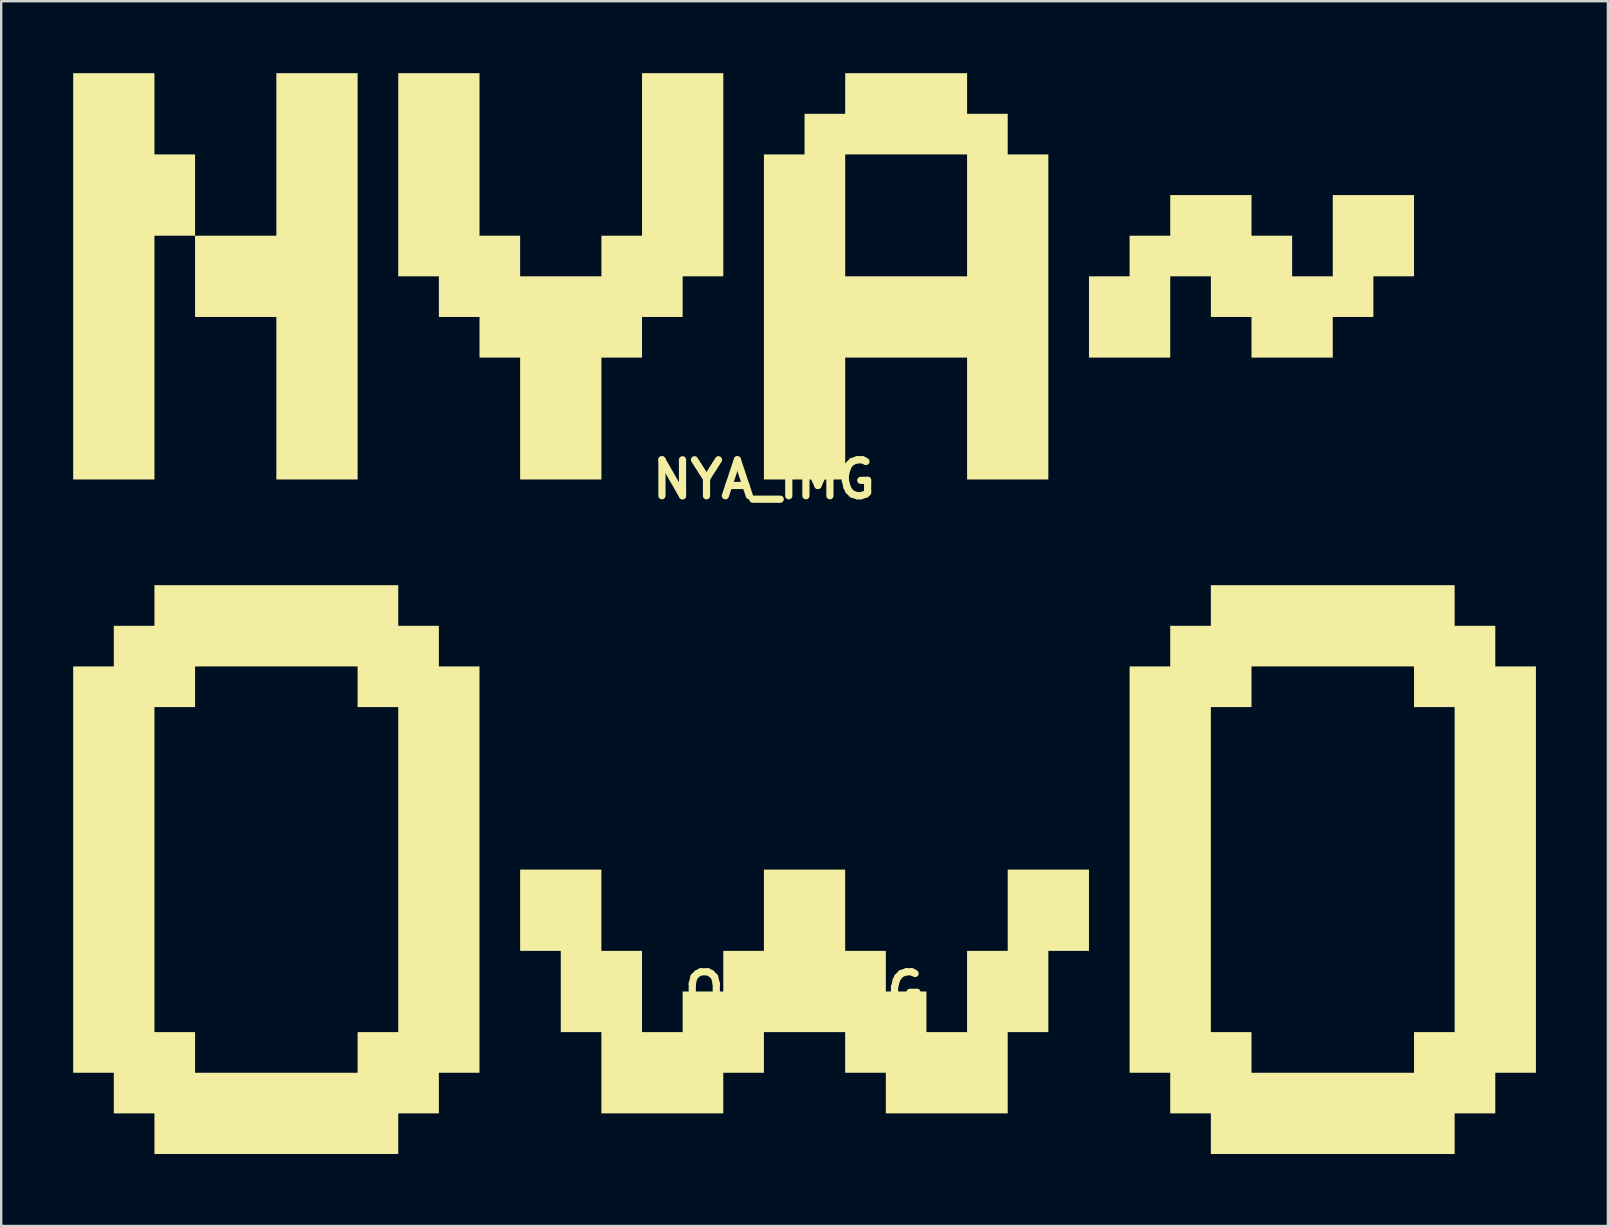
<source format=kicad_pcb>
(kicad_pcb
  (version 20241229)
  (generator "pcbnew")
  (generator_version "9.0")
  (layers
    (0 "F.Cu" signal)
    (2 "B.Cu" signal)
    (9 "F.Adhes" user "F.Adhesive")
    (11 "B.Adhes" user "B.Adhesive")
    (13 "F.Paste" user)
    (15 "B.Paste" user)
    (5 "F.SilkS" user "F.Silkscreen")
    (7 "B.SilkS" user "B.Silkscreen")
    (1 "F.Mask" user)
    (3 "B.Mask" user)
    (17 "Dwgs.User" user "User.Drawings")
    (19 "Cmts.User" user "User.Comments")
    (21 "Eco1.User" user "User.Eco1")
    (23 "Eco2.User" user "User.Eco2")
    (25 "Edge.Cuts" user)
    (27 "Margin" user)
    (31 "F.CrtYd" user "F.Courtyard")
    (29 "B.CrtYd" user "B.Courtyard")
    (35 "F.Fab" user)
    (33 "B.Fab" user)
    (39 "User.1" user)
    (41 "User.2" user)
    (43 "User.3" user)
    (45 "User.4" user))
  (footprint "OWO_IMG"
    (layer "F.Cu")
    (at 30.48 38.271)
    (property "Reference" "OWO_IMG" (at 0 0 0) (layer "F.SilkS") (effects (font (size 1.5 1.5) (thickness 0.3))))
    (attr board_only exclude_from_pos_files exclude_from_bom)
    (fp_poly (pts (xy -16.933 -16.087) (xy -16.933 -15.24) (xy -16.087 -15.24) (xy -15.24 -15.24) (xy -15.24 -14.393) (xy -15.24 -13.547) (xy -14.393 -13.547) (xy -13.547 -13.547) (xy -13.547 -5.08) (xy -13.547 3.387) (xy -14.393 3.387) (xy -15.24 3.387) (xy -15.24 4.233) (xy -15.24 5.08) (xy -16.087 5.08) (xy -16.933 5.08) (xy -16.933 5.927) (xy -16.933 6.773) (xy -22.013 6.773) (xy -27.093 6.773) (xy -27.093 5.927) (xy -27.093 5.08) (xy -27.94 5.08) (xy -28.787 5.08) (xy -28.787 4.233) (xy -28.787 3.387) (xy -29.633 3.387) (xy -30.48 3.387) (xy -30.48 -5.08) (xy -30.48 -11.853) (xy -27.093 -11.853) (xy -27.093 -5.08) (xy -27.093 1.693) (xy -26.247 1.693) (xy -25.4 1.693) (xy -25.4 2.54) (xy -25.4 3.387) (xy -22.013 3.387) (xy -18.627 3.387) (xy -18.627 2.54) (xy -18.627 1.693) (xy -17.78 1.693) (xy -16.933 1.693) (xy -16.933 -5.08) (xy -16.933 -11.853) (xy -17.78 -11.853) (xy -18.627 -11.853) (xy -18.627 -12.7) (xy -18.627 -13.547) (xy -22.013 -13.547) (xy -25.4 -13.547) (xy -25.4 -12.7) (xy -25.4 -11.853) (xy -26.247 -11.853) (xy -27.093 -11.853) (xy -30.48 -11.853) (xy -30.48 -13.547) (xy -29.633 -13.547) (xy -28.787 -13.547) (xy -28.787 -14.393) (xy -28.787 -15.24) (xy -27.94 -15.24) (xy -27.093 -15.24) (xy -27.093 -16.087) (xy -27.093 -16.933) (xy -22.013 -16.933) (xy -16.933 -16.933)) (stroke (width 0) (type solid)) (fill yes) (layer "F.SilkS"))
    (fp_poly (pts (xy 27.093 -16.087) (xy 27.093 -15.24) (xy 27.94 -15.24) (xy 28.787 -15.24) (xy 28.787 -14.393) (xy 28.787 -13.547) (xy 29.633 -13.547) (xy 30.48 -13.547) (xy 30.48 -5.08) (xy 30.48 3.387) (xy 29.633 3.387) (xy 28.787 3.387) (xy 28.787 4.233) (xy 28.787 5.08) (xy 27.94 5.08) (xy 27.093 5.08) (xy 27.093 5.927) (xy 27.093 6.773) (xy 22.013 6.773) (xy 16.933 6.773) (xy 16.933 5.927) (xy 16.933 5.08) (xy 16.087 5.08) (xy 15.24 5.08) (xy 15.24 4.233) (xy 15.24 3.387) (xy 14.393 3.387) (xy 13.547 3.387) (xy 13.547 -5.08) (xy 13.547 -11.853) (xy 16.933 -11.853) (xy 16.933 -5.08) (xy 16.933 1.693) (xy 17.78 1.693) (xy 18.627 1.693) (xy 18.627 2.54) (xy 18.627 3.387) (xy 22.013 3.387) (xy 25.4 3.387) (xy 25.4 2.54) (xy 25.4 1.693) (xy 26.247 1.693) (xy 27.093 1.693) (xy 27.093 -5.08) (xy 27.093 -11.853) (xy 26.247 -11.853) (xy 25.4 -11.853) (xy 25.4 -12.7) (xy 25.4 -13.547) (xy 22.013 -13.547) (xy 18.627 -13.547) (xy 18.627 -12.7) (xy 18.627 -11.853) (xy 17.78 -11.853) (xy 16.933 -11.853) (xy 13.547 -11.853) (xy 13.547 -13.547) (xy 14.393 -13.547) (xy 15.24 -13.547) (xy 15.24 -14.393) (xy 15.24 -15.24) (xy 16.087 -15.24) (xy 16.933 -15.24) (xy 16.933 -16.087) (xy 16.933 -16.933) (xy 22.013 -16.933) (xy 27.093 -16.933)) (stroke (width 0) (type solid)) (fill yes) (layer "F.SilkS"))
    (fp_poly (pts (xy -8.467 -3.387) (xy -8.467 -1.693) (xy -7.62 -1.693) (xy -6.773 -1.693) (xy -6.773 0) (xy -6.773 1.693) (xy -5.927 1.693) (xy -5.08 1.693) (xy -5.08 0.847) (xy -5.08 0) (xy -4.233 0) (xy -3.387 0) (xy -3.387 -0.847) (xy -3.387 -1.693) (xy -2.54 -1.693) (xy -1.693 -1.693) (xy -1.693 -3.387) (xy -1.693 -5.08) (xy 0 -5.08) (xy 1.693 -5.08) (xy 1.693 -3.387) (xy 1.693 -1.693) (xy 2.54 -1.693) (xy 3.387 -1.693) (xy 3.387 -0.847) (xy 3.387 0) (xy 4.233 0) (xy 5.08 0) (xy 5.08 0.847) (xy 5.08 1.693) (xy 5.927 1.693) (xy 6.773 1.693) (xy 6.773 0) (xy 6.773 -1.693) (xy 7.62 -1.693) (xy 8.467 -1.693) (xy 8.467 -3.387) (xy 8.467 -5.08) (xy 10.16 -5.08) (xy 11.853 -5.08) (xy 11.853 -3.387) (xy 11.853 -1.693) (xy 11.007 -1.693) (xy 10.16 -1.693) (xy 10.16 0) (xy 10.16 1.693) (xy 9.313 1.693) (xy 8.467 1.693) (xy 8.467 3.387) (xy 8.467 5.08) (xy 5.927 5.08) (xy 3.387 5.08) (xy 3.387 4.233) (xy 3.387 3.387) (xy 2.54 3.387) (xy 1.693 3.387) (xy 1.693 2.54) (xy 1.693 1.693) (xy 0 1.693) (xy -1.693 1.693) (xy -1.693 2.54) (xy -1.693 3.387) (xy -2.54 3.387) (xy -3.387 3.387) (xy -3.387 4.233) (xy -3.387 5.08) (xy -5.927 5.08) (xy -8.467 5.08) (xy -8.467 3.387) (xy -8.467 1.693) (xy -9.313 1.693) (xy -10.16 1.693) (xy -10.16 0) (xy -10.16 -1.693) (xy -11.007 -1.693) (xy -11.853 -1.693) (xy -11.853 -3.387) (xy -11.853 -5.08) (xy -10.16 -5.08) (xy -8.467 -5.08)) (stroke (width 0) (type solid)) (fill yes) (layer "F.SilkS")))
  (footprint "NYA_IMG"
    (layer "F.Cu")
    (at 28.787 16.933)
    (property "Reference" "NYA_IMG" (at 0 0 0) (layer "F.SilkS") (effects (font (size 1.5 1.5) (thickness 0.3))))
    (attr board_only exclude_from_pos_files exclude_from_bom)
    (fp_poly (pts (xy -25.4 -15.24) (xy -25.4 -13.547) (xy -24.553 -13.547) (xy -23.707 -13.547) (xy -23.707 -11.853) (xy -23.707 -10.16) (xy -22.013 -10.16) (xy -20.32 -10.16) (xy -20.32 -13.547) (xy -20.32 -16.933) (xy -18.627 -16.933) (xy -16.933 -16.933) (xy -16.933 -8.467) (xy -16.933 0) (xy -18.627 0) (xy -20.32 0) (xy -20.32 -3.387) (xy -20.32 -6.773) (xy -22.013 -6.773) (xy -23.707 -6.773) (xy -23.707 -8.467) (xy -23.707 -10.16) (xy -24.553 -10.16) (xy -25.4 -10.16) (xy -25.4 -5.08) (xy -25.4 0) (xy -27.093 0) (xy -28.787 0) (xy -28.787 -8.467) (xy -28.787 -16.933) (xy -27.093 -16.933) (xy -25.4 -16.933)) (stroke (width 0) (type solid)) (fill yes) (layer "F.SilkS"))
    (fp_poly (pts (xy 8.467 -16.087) (xy 8.467 -15.24) (xy 9.313 -15.24) (xy 10.16 -15.24) (xy 10.16 -14.393) (xy 10.16 -13.547) (xy 11.007 -13.547) (xy 11.853 -13.547) (xy 11.853 -6.773) (xy 11.853 0) (xy 10.16 0) (xy 8.467 0) (xy 8.467 -2.54) (xy 8.467 -5.08) (xy 5.927 -5.08) (xy 3.387 -5.08) (xy 3.387 -2.54) (xy 3.387 0) (xy 1.693 0) (xy 0 0) (xy 0 -6.773) (xy 0 -11.007) (xy 3.387 -11.007) (xy 3.387 -8.467) (xy 5.927 -8.467) (xy 8.467 -8.467) (xy 8.467 -11.007) (xy 8.467 -13.547) (xy 5.927 -13.547) (xy 3.387 -13.547) (xy 3.387 -11.007) (xy 0 -11.007) (xy 0 -13.547) (xy 0.847 -13.547) (xy 1.693 -13.547) (xy 1.693 -14.393) (xy 1.693 -15.24) (xy 2.54 -15.24) (xy 3.387 -15.24) (xy 3.387 -16.087) (xy 3.387 -16.933) (xy 5.927 -16.933) (xy 8.467 -16.933)) (stroke (width 0) (type solid)) (fill yes) (layer "F.SilkS"))
    (fp_poly (pts (xy -11.853 -13.547) (xy -11.853 -10.16) (xy -11.007 -10.16) (xy -10.16 -10.16) (xy -10.16 -9.313) (xy -10.16 -8.467) (xy -8.467 -8.467) (xy -6.773 -8.467) (xy -6.773 -9.313) (xy -6.773 -10.16) (xy -5.927 -10.16) (xy -5.08 -10.16) (xy -5.08 -13.547) (xy -5.08 -16.933) (xy -3.387 -16.933) (xy -1.693 -16.933) (xy -1.693 -12.7) (xy -1.693 -8.467) (xy -2.54 -8.467) (xy -3.387 -8.467) (xy -3.387 -7.62) (xy -3.387 -6.773) (xy -4.233 -6.773) (xy -5.08 -6.773) (xy -5.08 -5.927) (xy -5.08 -5.08) (xy -5.927 -5.08) (xy -6.773 -5.08) (xy -6.773 -2.54) (xy -6.773 0) (xy -8.467 0) (xy -10.16 0) (xy -10.16 -2.54) (xy -10.16 -5.08) (xy -11.007 -5.08) (xy -11.853 -5.08) (xy -11.853 -5.927) (xy -11.853 -6.773) (xy -12.7 -6.773) (xy -13.547 -6.773) (xy -13.547 -7.62) (xy -13.547 -8.467) (xy -14.393 -8.467) (xy -15.24 -8.467) (xy -15.24 -12.7) (xy -15.24 -16.933) (xy -13.547 -16.933) (xy -11.853 -16.933)) (stroke (width 0) (type solid)) (fill yes) (layer "F.SilkS"))
    (fp_poly (pts (xy 20.32 -11.007) (xy 20.32 -10.16) (xy 21.167 -10.16) (xy 22.013 -10.16) (xy 22.013 -9.313) (xy 22.013 -8.467) (xy 22.86 -8.467) (xy 23.707 -8.467) (xy 23.707 -10.16) (xy 23.707 -11.853) (xy 25.4 -11.853) (xy 27.093 -11.853) (xy 27.093 -10.16) (xy 27.093 -8.467) (xy 26.247 -8.467) (xy 25.4 -8.467) (xy 25.4 -7.62) (xy 25.4 -6.773) (xy 24.553 -6.773) (xy 23.707 -6.773) (xy 23.707 -5.927) (xy 23.707 -5.08) (xy 22.013 -5.08) (xy 20.32 -5.08) (xy 20.32 -5.927) (xy 20.32 -6.773) (xy 19.473 -6.773) (xy 18.627 -6.773) (xy 18.627 -7.62) (xy 18.627 -8.467) (xy 17.78 -8.467) (xy 16.933 -8.467) (xy 16.933 -6.773) (xy 16.933 -5.08) (xy 15.24 -5.08) (xy 13.547 -5.08) (xy 13.547 -6.773) (xy 13.547 -8.467) (xy 14.393 -8.467) (xy 15.24 -8.467) (xy 15.24 -9.313) (xy 15.24 -10.16) (xy 16.087 -10.16) (xy 16.933 -10.16) (xy 16.933 -11.007) (xy 16.933 -11.853) (xy 18.627 -11.853) (xy 20.32 -11.853)) (stroke (width 0) (type solid)) (fill yes) (layer "F.SilkS")))
  (gr_rect
    (start -3 -3)
    (end 63.96 48.044)
    (stroke (width 0.1) (type default))
    (fill no)
    (layer "Edge.Cuts")))
</source>
